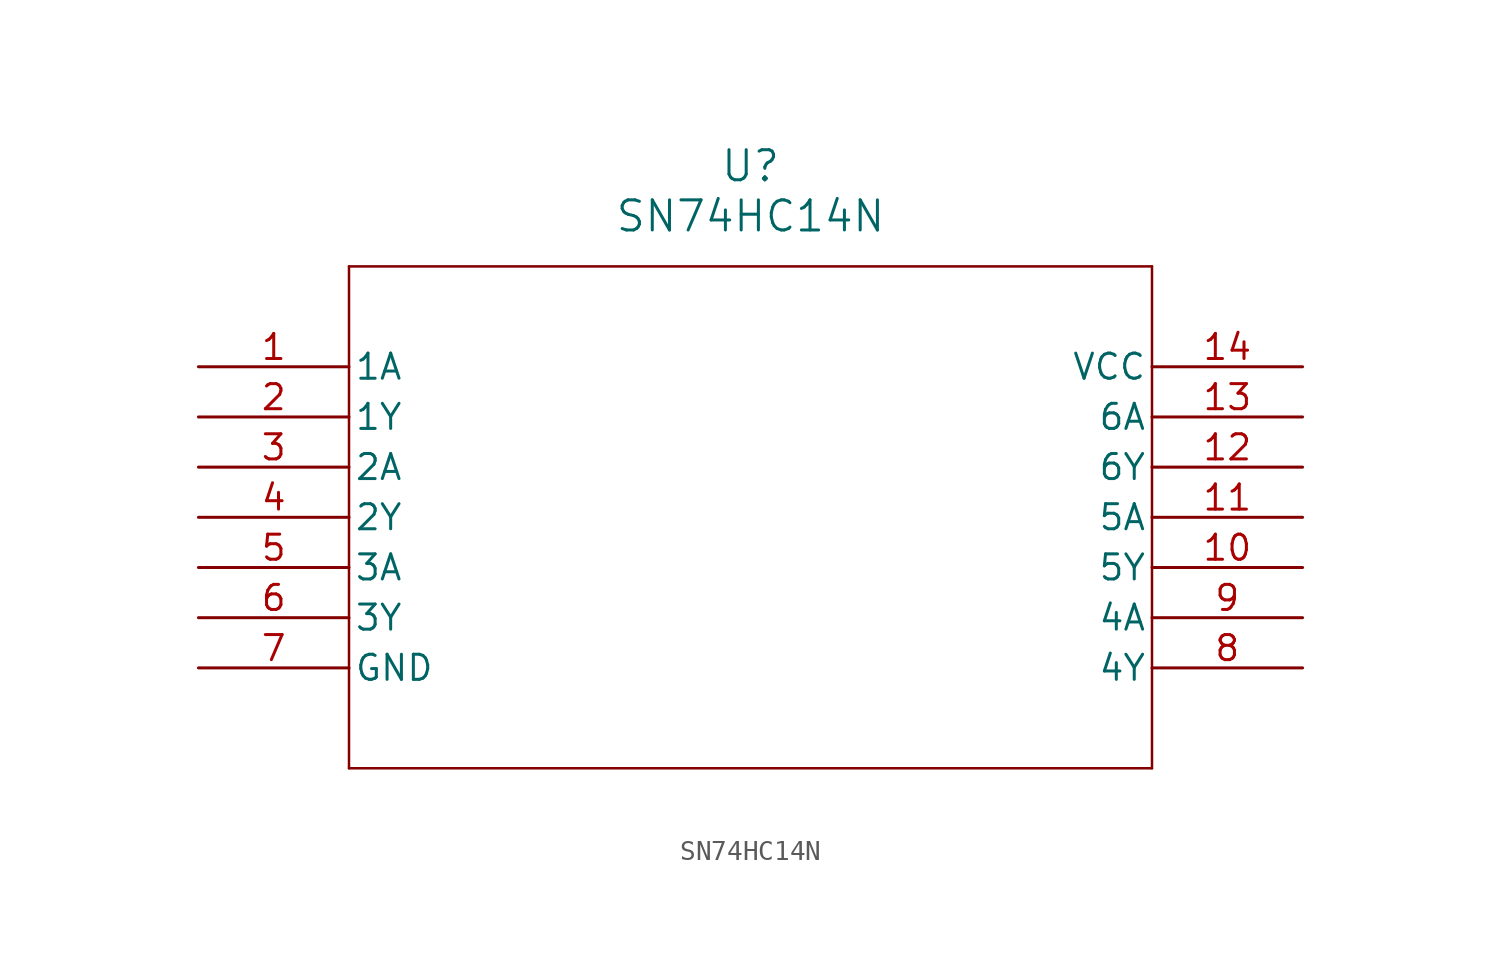
<source format=kicad_sym>
(kicad_symbol_lib
  (version 20211014)
  (generator kicad_symbol_editor)
  (symbol "SN74HC14N"
    (pin_names
      (offset 0.254))
    (property "Reference" "U"
      (at 27.94 10.16 0)
      (effects (font (size 1.524 1.524))))
    (property "Value" "SN74HC14N"
      (at 27.94 7.62 0)
      (effects (font (size 1.524 1.524))))
    (symbol "SN74HC14N_0_1"
      (polyline (pts (xy 7.62 5.08) (xy 7.62 -20.32)) (stroke (width 0.127) (type default) (color 0 0 0 0)) (fill (type none)))
      (polyline (pts (xy 7.62 -20.32) (xy 48.26 -20.32)) (stroke (width 0.127) (type default) (color 0 0 0 0)) (fill (type none)))
      (polyline (pts (xy 48.26 -20.32) (xy 48.26 5.08)) (stroke (width 0.127) (type default) (color 0 0 0 0)) (fill (type none)))
      (polyline (pts (xy 48.26 5.08) (xy 7.62 5.08)) (stroke (width 0.127) (type default) (color 0 0 0 0)) (fill (type none)))
      (pin input line (at 0 0 0) (length 7.62) (name "1A" (effects (font (size 1.27 1.27)))) (number "1" (effects (font (size 1.27 1.27)))))
      (pin output line (at 0 -2.54 0) (length 7.62) (name "1Y" (effects (font (size 1.27 1.27)))) (number "2" (effects (font (size 1.27 1.27)))))
      (pin input line (at 0 -5.08 0) (length 7.62) (name "2A" (effects (font (size 1.27 1.27)))) (number "3" (effects (font (size 1.27 1.27)))))
      (pin output line (at 0 -7.62 0) (length 7.62) (name "2Y" (effects (font (size 1.27 1.27)))) (number "4" (effects (font (size 1.27 1.27)))))
      (pin input line (at 0 -10.16 0) (length 7.62) (name "3A" (effects (font (size 1.27 1.27)))) (number "5" (effects (font (size 1.27 1.27)))))
      (pin output line (at 0 -12.7 0) (length 7.62) (name "3Y" (effects (font (size 1.27 1.27)))) (number "6" (effects (font (size 1.27 1.27)))))
      (pin power_in line (at 0 -15.24 0) (length 7.62) (name "GND" (effects (font (size 1.27 1.27)))) (number "7" (effects (font (size 1.27 1.27)))))
      (pin output line (at 55.88 -15.24 180) (length 7.62) (name "4Y" (effects (font (size 1.27 1.27)))) (number "8" (effects (font (size 1.27 1.27)))))
      (pin input line (at 55.88 -12.7 180) (length 7.62) (name "4A" (effects (font (size 1.27 1.27)))) (number "9" (effects (font (size 1.27 1.27)))))
      (pin output line (at 55.88 -10.16 180) (length 7.62) (name "5Y" (effects (font (size 1.27 1.27)))) (number "10" (effects (font (size 1.27 1.27)))))
      (pin input line (at 55.88 -7.62 180) (length 7.62) (name "5A" (effects (font (size 1.27 1.27)))) (number "11" (effects (font (size 1.27 1.27)))))
      (pin output line (at 55.88 -5.08 180) (length 7.62) (name "6Y" (effects (font (size 1.27 1.27)))) (number "12" (effects (font (size 1.27 1.27)))))
      (pin input line (at 55.88 -2.54 180) (length 7.62) (name "6A" (effects (font (size 1.27 1.27)))) (number "13" (effects (font (size 1.27 1.27)))))
      (pin power_in line (at 55.88 0 180) (length 7.62) (name "VCC" (effects (font (size 1.27 1.27)))) (number "14" (effects (font (size 1.27 1.27))))))))
</source>
